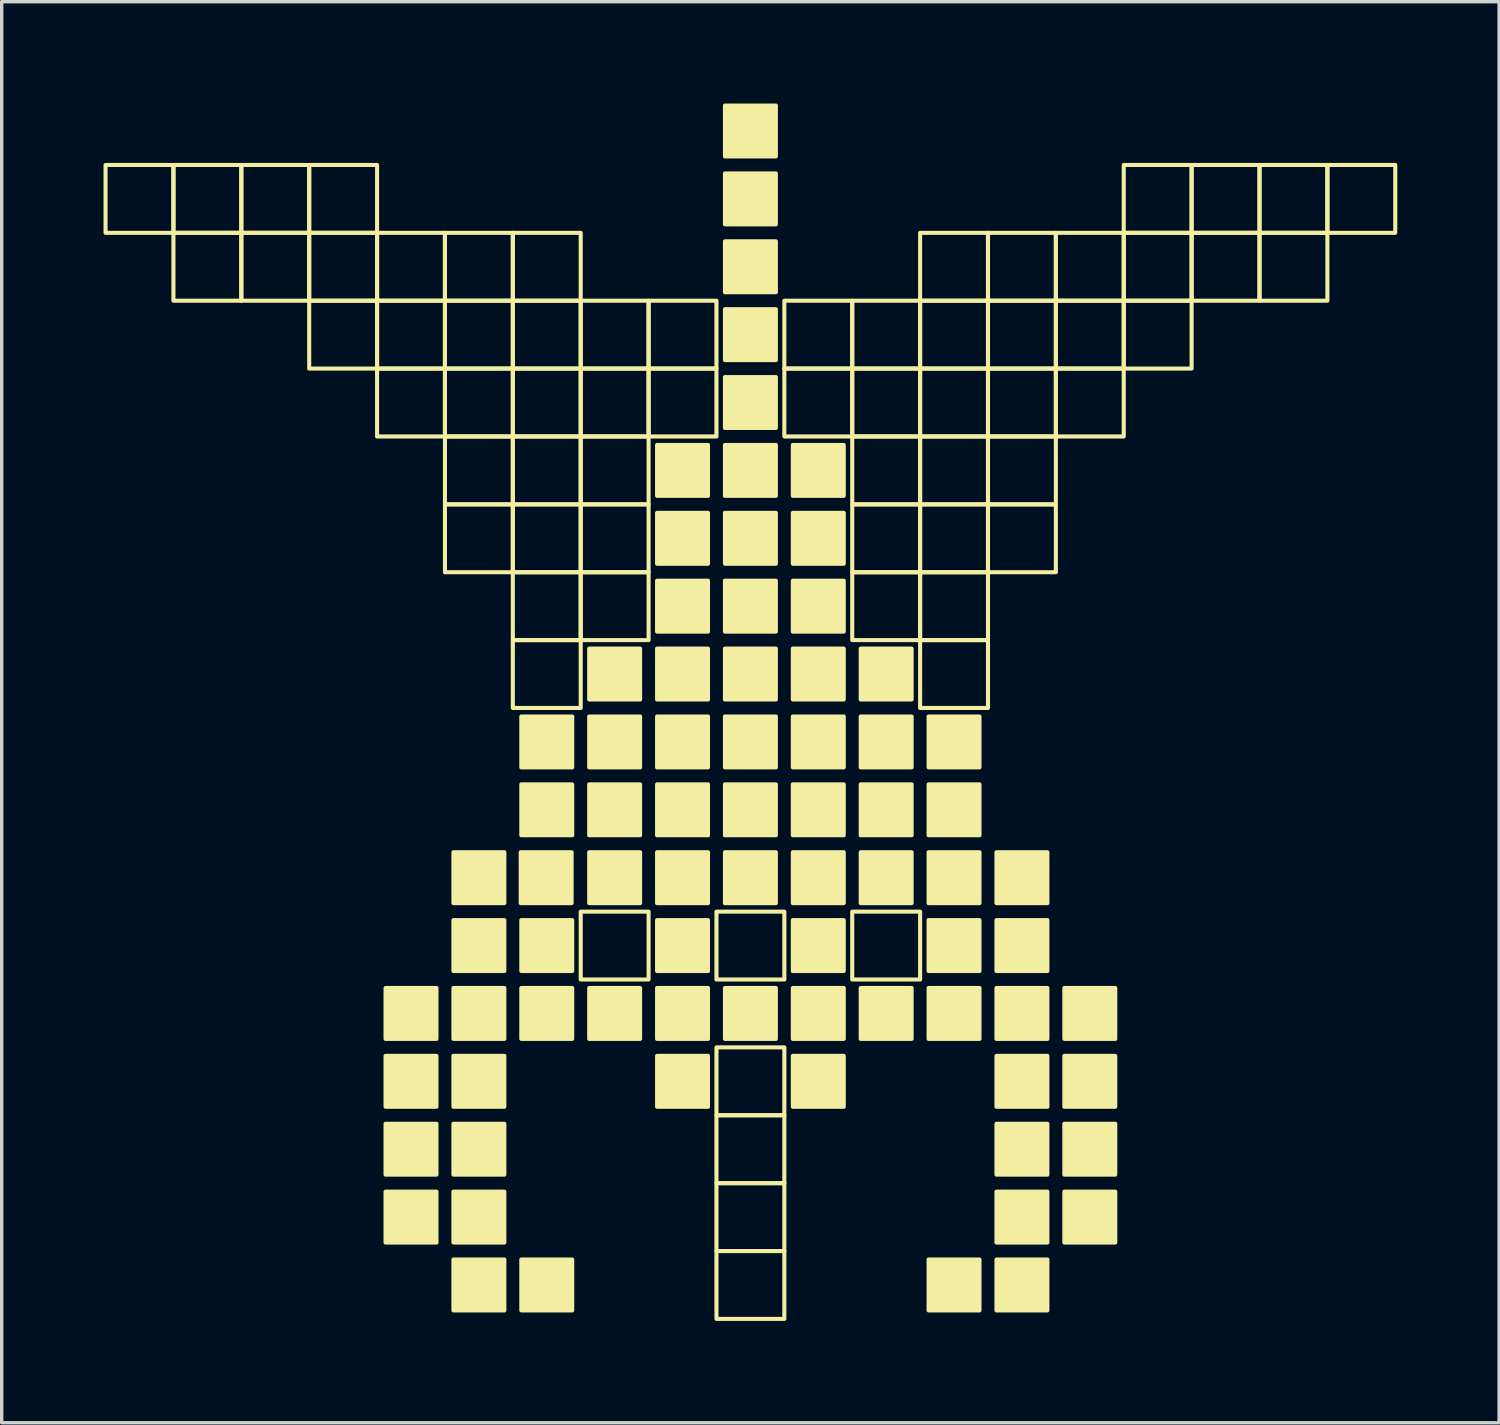
<source format=kicad_pcb>
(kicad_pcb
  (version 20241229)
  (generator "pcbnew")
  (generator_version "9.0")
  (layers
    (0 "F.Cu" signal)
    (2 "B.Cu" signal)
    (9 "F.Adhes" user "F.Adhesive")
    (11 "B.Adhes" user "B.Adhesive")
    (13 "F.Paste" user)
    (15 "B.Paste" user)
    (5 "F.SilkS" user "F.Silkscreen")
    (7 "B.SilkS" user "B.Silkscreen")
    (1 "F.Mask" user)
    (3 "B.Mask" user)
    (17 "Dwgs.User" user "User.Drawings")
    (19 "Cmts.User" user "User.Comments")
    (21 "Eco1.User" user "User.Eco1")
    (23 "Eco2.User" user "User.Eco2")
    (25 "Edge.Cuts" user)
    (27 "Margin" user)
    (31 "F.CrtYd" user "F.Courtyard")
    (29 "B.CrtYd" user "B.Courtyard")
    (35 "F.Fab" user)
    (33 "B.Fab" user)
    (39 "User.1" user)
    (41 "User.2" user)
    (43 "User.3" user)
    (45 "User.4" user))
  (footprint "Invader_low_medium"
    (layer "F.Cu")
    (at 19.06 17.81)
    (property "Reference" "Invader_low_medium" (at 0.273 0 0) (layer "User.1") (effects (font (size 1.524 1.524) (thickness 0.3))))
    (attr board_only exclude_from_pos_files exclude_from_bom)
    (fp_rect (start -17 -14) (end -19 -16) (stroke (width 0.12) (type solid)) (fill no) (layer "F.SilkS"))
    (fp_rect (start -15 -14) (end -17 -16) (stroke (width 0.12) (type solid)) (fill no) (layer "F.SilkS"))
    (fp_rect (start -15 -12) (end -17 -14) (stroke (width 0.12) (type solid)) (fill no) (layer "F.SilkS"))
    (fp_rect (start -13 -14) (end -15 -16) (stroke (width 0.12) (type solid)) (fill no) (layer "F.SilkS"))
    (fp_rect (start -13 -12) (end -15 -14) (stroke (width 0.12) (type solid)) (fill no) (layer "F.SilkS"))
    (fp_rect (start -11 -14) (end -13 -16) (stroke (width 0.12) (type solid)) (fill no) (layer "F.SilkS"))
    (fp_rect (start -11 -12) (end -13 -14) (stroke (width 0.12) (type solid)) (fill no) (layer "F.SilkS"))
    (fp_rect (start -11 -10) (end -13 -12) (stroke (width 0.12) (type solid)) (fill no) (layer "F.SilkS"))
    (fp_rect (start -9.25 9.75) (end -10.75 8.25) (stroke (width 0.12) (type solid)) (fill yes) (layer "F.SilkS"))
    (fp_rect (start -9.25 11.75) (end -10.75 10.25) (stroke (width 0.12) (type solid)) (fill yes) (layer "F.SilkS"))
    (fp_rect (start -9.25 13.75) (end -10.75 12.25) (stroke (width 0.12) (type solid)) (fill yes) (layer "F.SilkS"))
    (fp_rect (start -9.25 15.75) (end -10.75 14.25) (stroke (width 0.12) (type solid)) (fill yes) (layer "F.SilkS"))
    (fp_rect (start -9 -12) (end -11 -14) (stroke (width 0.12) (type solid)) (fill no) (layer "F.SilkS"))
    (fp_rect (start -9 -10) (end -11 -12) (stroke (width 0.12) (type solid)) (fill no) (layer "F.SilkS"))
    (fp_rect (start -9 -8) (end -11 -10) (stroke (width 0.12) (type solid)) (fill no) (layer "F.SilkS"))
    (fp_rect (start -7.25 5.75) (end -8.75 4.25) (stroke (width 0.12) (type solid)) (fill yes) (layer "F.SilkS"))
    (fp_rect (start -7.25 7.75) (end -8.75 6.25) (stroke (width 0.12) (type solid)) (fill yes) (layer "F.SilkS"))
    (fp_rect (start -7.25 9.75) (end -8.75 8.25) (stroke (width 0.12) (type solid)) (fill yes) (layer "F.SilkS"))
    (fp_rect (start -7.25 11.75) (end -8.75 10.25) (stroke (width 0.12) (type solid)) (fill yes) (layer "F.SilkS"))
    (fp_rect (start -7.25 13.75) (end -8.75 12.25) (stroke (width 0.12) (type solid)) (fill yes) (layer "F.SilkS"))
    (fp_rect (start -7.25 15.75) (end -8.75 14.25) (stroke (width 0.12) (type solid)) (fill yes) (layer "F.SilkS"))
    (fp_rect (start -7.25 17.75) (end -8.75 16.25) (stroke (width 0.12) (type solid)) (fill yes) (layer "F.SilkS"))
    (fp_rect (start -7 -12) (end -9 -14) (stroke (width 0.12) (type solid)) (fill no) (layer "F.SilkS"))
    (fp_rect (start -7 -10) (end -9 -12) (stroke (width 0.12) (type solid)) (fill no) (layer "F.SilkS"))
    (fp_rect (start -7 -8) (end -9 -10) (stroke (width 0.12) (type solid)) (fill no) (layer "F.SilkS"))
    (fp_rect (start -7 -6) (end -9 -8) (stroke (width 0.12) (type solid)) (fill no) (layer "F.SilkS"))
    (fp_rect (start -7 -4) (end -9 -6) (stroke (width 0.12) (type solid)) (fill no) (layer "F.SilkS"))
    (fp_rect (start -5.268 5.75) (end -6.768 4.25) (stroke (width 0.12) (type solid)) (fill yes) (layer "F.SilkS"))
    (fp_rect (start -5.25 1.75) (end -6.75 0.25) (stroke (width 0.12) (type solid)) (fill yes) (layer "F.SilkS"))
    (fp_rect (start -5.25 3.75) (end -6.75 2.25) (stroke (width 0.12) (type solid)) (fill yes) (layer "F.SilkS"))
    (fp_rect (start -5.25 7.75) (end -6.75 6.25) (stroke (width 0.12) (type solid)) (fill yes) (layer "F.SilkS"))
    (fp_rect (start -5.25 9.75) (end -6.75 8.25) (stroke (width 0.12) (type solid)) (fill yes) (layer "F.SilkS"))
    (fp_rect (start -5.25 17.75) (end -6.75 16.25) (stroke (width 0.12) (type solid)) (fill yes) (layer "F.SilkS"))
    (fp_rect (start -5 -12) (end -7 -14) (stroke (width 0.12) (type solid)) (fill no) (layer "F.SilkS"))
    (fp_rect (start -5 -10) (end -7 -12) (stroke (width 0.12) (type solid)) (fill no) (layer "F.SilkS"))
    (fp_rect (start -5 -8) (end -7 -10) (stroke (width 0.12) (type solid)) (fill no) (layer "F.SilkS"))
    (fp_rect (start -5 -6) (end -7 -8) (stroke (width 0.12) (type solid)) (fill no) (layer "F.SilkS"))
    (fp_rect (start -5 -4) (end -7 -6) (stroke (width 0.12) (type solid)) (fill no) (layer "F.SilkS"))
    (fp_rect (start -5 -2) (end -7 -4) (stroke (width 0.12) (type solid)) (fill no) (layer "F.SilkS"))
    (fp_rect (start -5 0) (end -7 -2) (stroke (width 0.12) (type solid)) (fill no) (layer "F.SilkS"))
    (fp_rect (start -3.25 -0.25) (end -4.75 -1.75) (stroke (width 0.12) (type solid)) (fill yes) (layer "F.SilkS"))
    (fp_rect (start -3.25 1.75) (end -4.75 0.25) (stroke (width 0.12) (type solid)) (fill yes) (layer "F.SilkS"))
    (fp_rect (start -3.25 3.75) (end -4.75 2.25) (stroke (width 0.12) (type solid)) (fill yes) (layer "F.SilkS"))
    (fp_rect (start -3.25 5.75) (end -4.75 4.25) (stroke (width 0.12) (type solid)) (fill yes) (layer "F.SilkS"))
    (fp_rect (start -3.25 9.75) (end -4.75 8.25) (stroke (width 0.12) (type solid)) (fill yes) (layer "F.SilkS"))
    (fp_rect (start -3 -10) (end -5 -12) (stroke (width 0.12) (type solid)) (fill no) (layer "F.SilkS"))
    (fp_rect (start -3 -8) (end -5 -10) (stroke (width 0.12) (type solid)) (fill no) (layer "F.SilkS"))
    (fp_rect (start -3 -6) (end -5 -8) (stroke (width 0.12) (type solid)) (fill no) (layer "F.SilkS"))
    (fp_rect (start -3 -4) (end -5 -6) (stroke (width 0.12) (type solid)) (fill no) (layer "F.SilkS"))
    (fp_rect (start -3 -2) (end -5 -4) (stroke (width 0.12) (type solid)) (fill no) (layer "F.SilkS"))
    (fp_rect (start -3 8) (end -5 6) (stroke (width 0.12) (type solid)) (fill no) (layer "F.SilkS"))
    (fp_rect (start -1.25 -6.25) (end -2.75 -7.75) (stroke (width 0.12) (type solid)) (fill yes) (layer "F.SilkS"))
    (fp_rect (start -1.25 -4.25) (end -2.75 -5.75) (stroke (width 0.12) (type solid)) (fill yes) (layer "F.SilkS"))
    (fp_rect (start -1.25 -2.25) (end -2.75 -3.75) (stroke (width 0.12) (type solid)) (fill yes) (layer "F.SilkS"))
    (fp_rect (start -1.25 -0.25) (end -2.75 -1.75) (stroke (width 0.12) (type solid)) (fill yes) (layer "F.SilkS"))
    (fp_rect (start -1.25 1.75) (end -2.75 0.25) (stroke (width 0.12) (type solid)) (fill yes) (layer "F.SilkS"))
    (fp_rect (start -1.25 3.75) (end -2.75 2.25) (stroke (width 0.12) (type solid)) (fill yes) (layer "F.SilkS"))
    (fp_rect (start -1.25 5.75) (end -2.75 4.25) (stroke (width 0.12) (type solid)) (fill yes) (layer "F.SilkS"))
    (fp_rect (start -1.25 7.75) (end -2.75 6.25) (stroke (width 0.12) (type solid)) (fill yes) (layer "F.SilkS"))
    (fp_rect (start -1.25 9.75) (end -2.75 8.25) (stroke (width 0.12) (type solid)) (fill yes) (layer "F.SilkS"))
    (fp_rect (start -1.25 11.75) (end -2.75 10.25) (stroke (width 0.12) (type solid)) (fill yes) (layer "F.SilkS"))
    (fp_rect (start -1 -10) (end -3 -12) (stroke (width 0.12) (type solid)) (fill no) (layer "F.SilkS"))
    (fp_rect (start -1 -8) (end -3 -10) (stroke (width 0.12) (type solid)) (fill no) (layer "F.SilkS"))
    (fp_rect (start 0.75 -16.25) (end -0.75 -17.75) (stroke (width 0.12) (type solid)) (fill yes) (layer "F.SilkS"))
    (fp_rect (start 0.75 -14.25) (end -0.75 -15.75) (stroke (width 0.12) (type solid)) (fill yes) (layer "F.SilkS"))
    (fp_rect (start 0.75 -12.25) (end -0.75 -13.75) (stroke (width 0.12) (type solid)) (fill yes) (layer "F.SilkS"))
    (fp_rect (start 0.75 -10.25) (end -0.75 -11.75) (stroke (width 0.12) (type solid)) (fill yes) (layer "F.SilkS"))
    (fp_rect (start 0.75 -8.25) (end -0.75 -9.75) (stroke (width 0.12) (type solid)) (fill yes) (layer "F.SilkS"))
    (fp_rect (start 0.75 -6.25) (end -0.75 -7.75) (stroke (width 0.12) (type solid)) (fill yes) (layer "F.SilkS"))
    (fp_rect (start 0.75 -4.25) (end -0.75 -5.75) (stroke (width 0.12) (type solid)) (fill yes) (layer "F.SilkS"))
    (fp_rect (start 0.75 -2.25) (end -0.75 -3.75) (stroke (width 0.12) (type solid)) (fill yes) (layer "F.SilkS"))
    (fp_rect (start 0.75 -0.25) (end -0.75 -1.75) (stroke (width 0.12) (type solid)) (fill yes) (layer "F.SilkS"))
    (fp_rect (start 0.75 1.75) (end -0.75 0.25) (stroke (width 0.12) (type solid)) (fill yes) (layer "F.SilkS"))
    (fp_rect (start 0.75 3.75) (end -0.75 2.25) (stroke (width 0.12) (type solid)) (fill yes) (layer "F.SilkS"))
    (fp_rect (start 0.75 5.75) (end -0.75 4.25) (stroke (width 0.12) (type solid)) (fill yes) (layer "F.SilkS"))
    (fp_rect (start 0.75 9.75) (end -0.75 8.25) (stroke (width 0.12) (type solid)) (fill yes) (layer "F.SilkS"))
    (fp_rect (start 1 8) (end -1 6) (stroke (width 0.12) (type solid)) (fill no) (layer "F.SilkS"))
    (fp_rect (start 1 12) (end -1 10) (stroke (width 0.12) (type solid)) (fill no) (layer "F.SilkS"))
    (fp_rect (start 1 14) (end -1 12) (stroke (width 0.12) (type solid)) (fill no) (layer "F.SilkS"))
    (fp_rect (start 1 16) (end -1 14) (stroke (width 0.12) (type solid)) (fill no) (layer "F.SilkS"))
    (fp_rect (start 1 18) (end -1 16) (stroke (width 0.12) (type solid)) (fill no) (layer "F.SilkS"))
    (fp_rect (start 2.75 -6.25) (end 1.25 -7.75) (stroke (width 0.12) (type solid)) (fill yes) (layer "F.SilkS"))
    (fp_rect (start 2.75 -4.25) (end 1.25 -5.75) (stroke (width 0.12) (type solid)) (fill yes) (layer "F.SilkS"))
    (fp_rect (start 2.75 -2.25) (end 1.25 -3.75) (stroke (width 0.12) (type solid)) (fill yes) (layer "F.SilkS"))
    (fp_rect (start 2.75 -0.25) (end 1.25 -1.75) (stroke (width 0.12) (type solid)) (fill yes) (layer "F.SilkS"))
    (fp_rect (start 2.75 1.75) (end 1.25 0.25) (stroke (width 0.12) (type solid)) (fill yes) (layer "F.SilkS"))
    (fp_rect (start 2.75 3.75) (end 1.25 2.25) (stroke (width 0.12) (type solid)) (fill yes) (layer "F.SilkS"))
    (fp_rect (start 2.75 5.75) (end 1.25 4.25) (stroke (width 0.12) (type solid)) (fill yes) (layer "F.SilkS"))
    (fp_rect (start 2.75 7.75) (end 1.25 6.25) (stroke (width 0.12) (type solid)) (fill yes) (layer "F.SilkS"))
    (fp_rect (start 2.75 9.75) (end 1.25 8.25) (stroke (width 0.12) (type solid)) (fill yes) (layer "F.SilkS"))
    (fp_rect (start 2.75 11.75) (end 1.25 10.25) (stroke (width 0.12) (type solid)) (fill yes) (layer "F.SilkS"))
    (fp_rect (start 3 -10) (end 1 -12) (stroke (width 0.12) (type solid)) (fill no) (layer "F.SilkS"))
    (fp_rect (start 3 -8) (end 1 -10) (stroke (width 0.12) (type solid)) (fill no) (layer "F.SilkS"))
    (fp_rect (start 4.75 -0.25) (end 3.25 -1.75) (stroke (width 0.12) (type solid)) (fill yes) (layer "F.SilkS"))
    (fp_rect (start 4.75 1.75) (end 3.25 0.25) (stroke (width 0.12) (type solid)) (fill yes) (layer "F.SilkS"))
    (fp_rect (start 4.75 3.75) (end 3.25 2.25) (stroke (width 0.12) (type solid)) (fill yes) (layer "F.SilkS"))
    (fp_rect (start 4.75 5.75) (end 3.25 4.25) (stroke (width 0.12) (type solid)) (fill yes) (layer "F.SilkS"))
    (fp_rect (start 4.75 9.75) (end 3.25 8.25) (stroke (width 0.12) (type solid)) (fill yes) (layer "F.SilkS"))
    (fp_rect (start 5 -10) (end 3 -12) (stroke (width 0.12) (type solid)) (fill no) (layer "F.SilkS"))
    (fp_rect (start 5 -8) (end 3 -10) (stroke (width 0.12) (type solid)) (fill no) (layer "F.SilkS"))
    (fp_rect (start 5 -6) (end 3 -8) (stroke (width 0.12) (type solid)) (fill no) (layer "F.SilkS"))
    (fp_rect (start 5 -4) (end 3 -6) (stroke (width 0.12) (type solid)) (fill no) (layer "F.SilkS"))
    (fp_rect (start 5 -2) (end 3 -4) (stroke (width 0.12) (type solid)) (fill no) (layer "F.SilkS"))
    (fp_rect (start 5 8) (end 3 6) (stroke (width 0.12) (type solid)) (fill no) (layer "F.SilkS"))
    (fp_rect (start 6.75 1.75) (end 5.25 0.25) (stroke (width 0.12) (type solid)) (fill yes) (layer "F.SilkS"))
    (fp_rect (start 6.75 3.75) (end 5.25 2.25) (stroke (width 0.12) (type solid)) (fill yes) (layer "F.SilkS"))
    (fp_rect (start 6.75 5.75) (end 5.25 4.25) (stroke (width 0.12) (type solid)) (fill yes) (layer "F.SilkS"))
    (fp_rect (start 6.75 7.75) (end 5.25 6.25) (stroke (width 0.12) (type solid)) (fill yes) (layer "F.SilkS"))
    (fp_rect (start 6.75 9.75) (end 5.25 8.25) (stroke (width 0.12) (type solid)) (fill yes) (layer "F.SilkS"))
    (fp_rect (start 6.75 17.75) (end 5.25 16.25) (stroke (width 0.12) (type solid)) (fill yes) (layer "F.SilkS"))
    (fp_rect (start 7 -12) (end 5 -14) (stroke (width 0.12) (type solid)) (fill no) (layer "F.SilkS"))
    (fp_rect (start 7 -10) (end 5 -12) (stroke (width 0.12) (type solid)) (fill no) (layer "F.SilkS"))
    (fp_rect (start 7 -8) (end 5 -10) (stroke (width 0.12) (type solid)) (fill no) (layer "F.SilkS"))
    (fp_rect (start 7 -6) (end 5 -8) (stroke (width 0.12) (type solid)) (fill no) (layer "F.SilkS"))
    (fp_rect (start 7 -4) (end 5 -6) (stroke (width 0.12) (type solid)) (fill no) (layer "F.SilkS"))
    (fp_rect (start 7 -2) (end 5 -4) (stroke (width 0.12) (type solid)) (fill no) (layer "F.SilkS"))
    (fp_rect (start 7 0) (end 5 -2) (stroke (width 0.12) (type solid)) (fill no) (layer "F.SilkS"))
    (fp_rect (start 8.75 5.75) (end 7.25 4.25) (stroke (width 0.12) (type solid)) (fill yes) (layer "F.SilkS"))
    (fp_rect (start 8.75 7.75) (end 7.25 6.25) (stroke (width 0.12) (type solid)) (fill yes) (layer "F.SilkS"))
    (fp_rect (start 8.75 9.75) (end 7.25 8.25) (stroke (width 0.12) (type solid)) (fill yes) (layer "F.SilkS"))
    (fp_rect (start 8.75 11.75) (end 7.25 10.25) (stroke (width 0.12) (type solid)) (fill yes) (layer "F.SilkS"))
    (fp_rect (start 8.75 13.75) (end 7.25 12.25) (stroke (width 0.12) (type solid)) (fill yes) (layer "F.SilkS"))
    (fp_rect (start 8.75 15.75) (end 7.25 14.25) (stroke (width 0.12) (type solid)) (fill yes) (layer "F.SilkS"))
    (fp_rect (start 8.75 17.75) (end 7.25 16.25) (stroke (width 0.12) (type solid)) (fill yes) (layer "F.SilkS"))
    (fp_rect (start 9 -12) (end 7 -14) (stroke (width 0.12) (type solid)) (fill no) (layer "F.SilkS"))
    (fp_rect (start 9 -10) (end 7 -12) (stroke (width 0.12) (type solid)) (fill no) (layer "F.SilkS"))
    (fp_rect (start 9 -8) (end 7 -10) (stroke (width 0.12) (type solid)) (fill no) (layer "F.SilkS"))
    (fp_rect (start 9 -6) (end 7 -8) (stroke (width 0.12) (type solid)) (fill no) (layer "F.SilkS"))
    (fp_rect (start 9 -4) (end 7 -6) (stroke (width 0.12) (type solid)) (fill no) (layer "F.SilkS"))
    (fp_rect (start 10.75 9.75) (end 9.25 8.25) (stroke (width 0.12) (type solid)) (fill yes) (layer "F.SilkS"))
    (fp_rect (start 10.75 11.75) (end 9.25 10.25) (stroke (width 0.12) (type solid)) (fill yes) (layer "F.SilkS"))
    (fp_rect (start 10.75 13.75) (end 9.25 12.25) (stroke (width 0.12) (type solid)) (fill yes) (layer "F.SilkS"))
    (fp_rect (start 10.75 15.75) (end 9.25 14.25) (stroke (width 0.12) (type solid)) (fill yes) (layer "F.SilkS"))
    (fp_rect (start 11 -12) (end 9 -14) (stroke (width 0.12) (type solid)) (fill no) (layer "F.SilkS"))
    (fp_rect (start 11 -10) (end 9 -12) (stroke (width 0.12) (type solid)) (fill no) (layer "F.SilkS"))
    (fp_rect (start 11 -8) (end 9 -10) (stroke (width 0.12) (type solid)) (fill no) (layer "F.SilkS"))
    (fp_rect (start 13 -14) (end 11 -16) (stroke (width 0.12) (type solid)) (fill no) (layer "F.SilkS"))
    (fp_rect (start 13 -12) (end 11 -14) (stroke (width 0.12) (type solid)) (fill no) (layer "F.SilkS"))
    (fp_rect (start 13 -10) (end 11 -12) (stroke (width 0.12) (type solid)) (fill no) (layer "F.SilkS"))
    (fp_rect (start 15 -14) (end 13 -16) (stroke (width 0.12) (type solid)) (fill no) (layer "F.SilkS"))
    (fp_rect (start 15 -12) (end 13 -14) (stroke (width 0.12) (type solid)) (fill no) (layer "F.SilkS"))
    (fp_rect (start 17 -14) (end 15 -16) (stroke (width 0.12) (type solid)) (fill no) (layer "F.SilkS"))
    (fp_rect (start 17 -12) (end 15 -14) (stroke (width 0.12) (type solid)) (fill no) (layer "F.SilkS"))
    (fp_rect (start 19 -14) (end 17 -16) (stroke (width 0.12) (type solid)) (fill no) (layer "F.SilkS")))
  (gr_rect
    (start -3 -3)
    (end 41.12 38.87)
    (stroke (width 0.1) (type default))
    (fill no)
    (layer "Edge.Cuts")))
</source>
